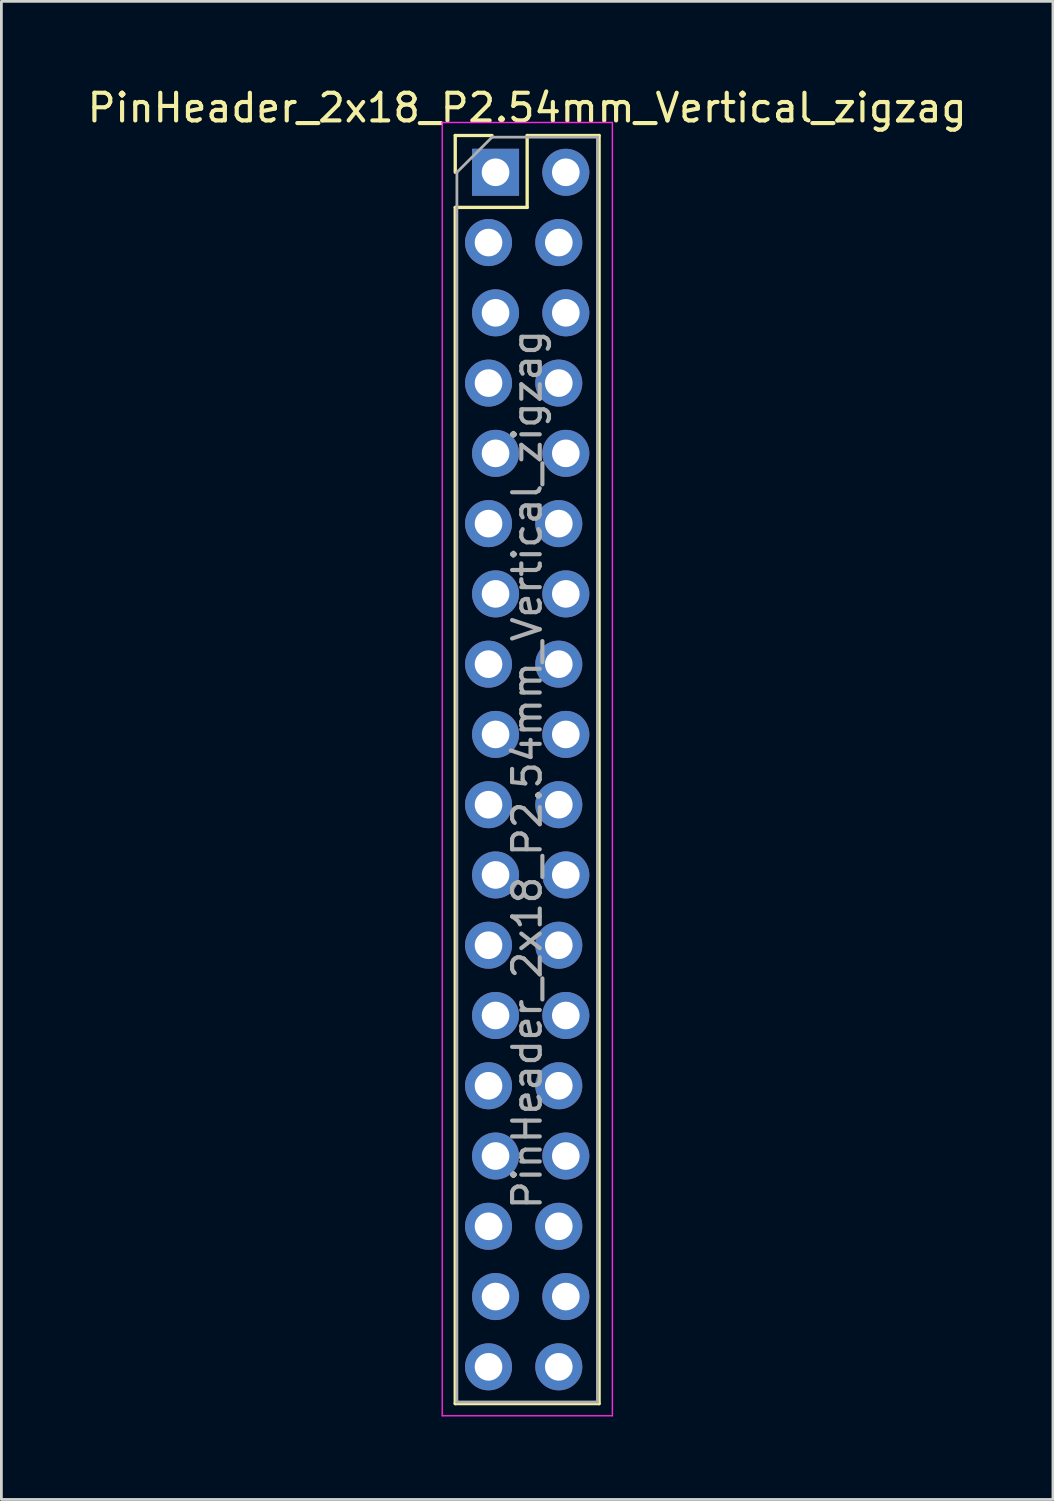
<source format=kicad_pcb>
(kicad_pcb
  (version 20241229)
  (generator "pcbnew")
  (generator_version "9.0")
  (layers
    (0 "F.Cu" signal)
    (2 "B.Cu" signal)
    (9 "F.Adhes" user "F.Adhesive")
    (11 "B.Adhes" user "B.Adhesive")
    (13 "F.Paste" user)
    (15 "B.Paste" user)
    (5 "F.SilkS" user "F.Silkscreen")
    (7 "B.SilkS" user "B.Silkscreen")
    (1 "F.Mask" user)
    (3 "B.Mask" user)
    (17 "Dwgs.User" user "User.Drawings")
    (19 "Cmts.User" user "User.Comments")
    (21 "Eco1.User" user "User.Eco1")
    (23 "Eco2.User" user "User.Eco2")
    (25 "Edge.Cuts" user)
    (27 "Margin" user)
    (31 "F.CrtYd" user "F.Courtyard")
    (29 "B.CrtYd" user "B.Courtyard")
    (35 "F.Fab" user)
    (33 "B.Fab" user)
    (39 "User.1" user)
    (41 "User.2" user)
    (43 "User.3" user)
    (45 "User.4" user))
  (footprint "PinHeader_2x18_P2.54mm_Vertical_zigzag"
    (layer "F.Cu")
    (at 14.736 3.178)
    (property "Reference" "PinHeader_2x18_P2.54mm_Vertical_zigzag" (at 1.27 -2.33 0) (layer "F.SilkS") (effects (font (size 1 1) (thickness 0.15))))
    (attr through_hole)
    (fp_line (start -1.33 -1.33) (end 0 -1.33) (stroke (width 0.12) (type solid)) (layer "F.SilkS"))
    (fp_line (start -1.33 0) (end -1.33 -1.33) (stroke (width 0.12) (type solid)) (layer "F.SilkS"))
    (fp_line (start -1.33 1.27) (end -1.33 44.51) (stroke (width 0.12) (type solid)) (layer "F.SilkS"))
    (fp_line (start -1.33 1.27) (end 1.27 1.27) (stroke (width 0.12) (type solid)) (layer "F.SilkS"))
    (fp_line (start -1.33 44.51) (end 3.87 44.51) (stroke (width 0.12) (type solid)) (layer "F.SilkS"))
    (fp_line (start 1.27 -1.33) (end 3.87 -1.33) (stroke (width 0.12) (type solid)) (layer "F.SilkS"))
    (fp_line (start 1.27 1.27) (end 1.27 -1.33) (stroke (width 0.12) (type solid)) (layer "F.SilkS"))
    (fp_line (start 3.87 -1.33) (end 3.87 44.51) (stroke (width 0.12) (type solid)) (layer "F.SilkS"))
    (fp_line (start -1.8 -1.8) (end -1.8 44.95) (stroke (width 0.05) (type solid)) (layer "F.CrtYd"))
    (fp_line (start -1.8 44.95) (end 4.35 44.95) (stroke (width 0.05) (type solid)) (layer "F.CrtYd"))
    (fp_line (start 4.35 -1.8) (end -1.8 -1.8) (stroke (width 0.05) (type solid)) (layer "F.CrtYd"))
    (fp_line (start 4.35 44.95) (end 4.35 -1.8) (stroke (width 0.05) (type solid)) (layer "F.CrtYd"))
    (fp_line (start -1.27 0) (end 0 -1.27) (stroke (width 0.1) (type solid)) (layer "F.Fab"))
    (fp_line (start -1.27 44.45) (end -1.27 0) (stroke (width 0.1) (type solid)) (layer "F.Fab"))
    (fp_line (start 0 -1.27) (end 3.81 -1.27) (stroke (width 0.1) (type solid)) (layer "F.Fab"))
    (fp_line (start 3.81 -1.27) (end 3.81 44.45) (stroke (width 0.1) (type solid)) (layer "F.Fab"))
    (fp_line (start 3.81 44.45) (end -1.27 44.45) (stroke (width 0.1) (type solid)) (layer "F.Fab"))
    (fp_text user "${REFERENCE}" (at 1.27 21.59 90) (layer "F.Fab") (effects (font (size 1 1) (thickness 0.15))))
    (pad "1" thru_hole rect (at 0.127 0) (size 1.7 1.7) (drill 1) (layers "*.Cu" "*.Mask"))
    (pad "2" thru_hole oval (at 2.667 0) (size 1.7 1.7) (drill 1) (layers "*.Cu" "*.Mask"))
    (pad "3" thru_hole oval (at -0.127 2.54) (size 1.7 1.7) (drill 1) (layers "*.Cu" "*.Mask"))
    (pad "4" thru_hole oval (at 2.413 2.54) (size 1.7 1.7) (drill 1) (layers "*.Cu" "*.Mask"))
    (pad "5" thru_hole oval (at 0.127 5.08) (size 1.7 1.7) (drill 1) (layers "*.Cu" "*.Mask"))
    (pad "6" thru_hole oval (at 2.667 5.08) (size 1.7 1.7) (drill 1) (layers "*.Cu" "*.Mask"))
    (pad "7" thru_hole oval (at -0.127 7.62) (size 1.7 1.7) (drill 1) (layers "*.Cu" "*.Mask"))
    (pad "8" thru_hole oval (at 2.413 7.62) (size 1.7 1.7) (drill 1) (layers "*.Cu" "*.Mask"))
    (pad "9" thru_hole oval (at 0.127 10.16) (size 1.7 1.7) (drill 1) (layers "*.Cu" "*.Mask"))
    (pad "10" thru_hole oval (at 2.667 10.16) (size 1.7 1.7) (drill 1) (layers "*.Cu" "*.Mask"))
    (pad "11" thru_hole oval (at -0.127 12.7) (size 1.7 1.7) (drill 1) (layers "*.Cu" "*.Mask"))
    (pad "12" thru_hole oval (at 2.413 12.7) (size 1.7 1.7) (drill 1) (layers "*.Cu" "*.Mask"))
    (pad "13" thru_hole oval (at 0.127 15.24) (size 1.7 1.7) (drill 1) (layers "*.Cu" "*.Mask"))
    (pad "14" thru_hole oval (at 2.667 15.24) (size 1.7 1.7) (drill 1) (layers "*.Cu" "*.Mask"))
    (pad "15" thru_hole oval (at -0.127 17.78) (size 1.7 1.7) (drill 1) (layers "*.Cu" "*.Mask"))
    (pad "16" thru_hole oval (at 2.413 17.78) (size 1.7 1.7) (drill 1) (layers "*.Cu" "*.Mask"))
    (pad "17" thru_hole oval (at 0.127 20.32) (size 1.7 1.7) (drill 1) (layers "*.Cu" "*.Mask"))
    (pad "18" thru_hole oval (at 2.667 20.32) (size 1.7 1.7) (drill 1) (layers "*.Cu" "*.Mask"))
    (pad "19" thru_hole oval (at -0.127 22.86) (size 1.7 1.7) (drill 1) (layers "*.Cu" "*.Mask"))
    (pad "20" thru_hole oval (at 2.413 22.86) (size 1.7 1.7) (drill 1) (layers "*.Cu" "*.Mask"))
    (pad "21" thru_hole oval (at 0.127 25.4) (size 1.7 1.7) (drill 1) (layers "*.Cu" "*.Mask"))
    (pad "22" thru_hole oval (at 2.667 25.4) (size 1.7 1.7) (drill 1) (layers "*.Cu" "*.Mask"))
    (pad "23" thru_hole oval (at -0.127 27.94) (size 1.7 1.7) (drill 1) (layers "*.Cu" "*.Mask"))
    (pad "24" thru_hole oval (at 2.413 27.94) (size 1.7 1.7) (drill 1) (layers "*.Cu" "*.Mask"))
    (pad "25" thru_hole oval (at 0.127 30.48) (size 1.7 1.7) (drill 1) (layers "*.Cu" "*.Mask"))
    (pad "26" thru_hole oval (at 2.667 30.48) (size 1.7 1.7) (drill 1) (layers "*.Cu" "*.Mask"))
    (pad "27" thru_hole oval (at -0.127 33.02) (size 1.7 1.7) (drill 1) (layers "*.Cu" "*.Mask"))
    (pad "28" thru_hole oval (at 2.413 33.02) (size 1.7 1.7) (drill 1) (layers "*.Cu" "*.Mask"))
    (pad "29" thru_hole oval (at 0.127 35.56) (size 1.7 1.7) (drill 1) (layers "*.Cu" "*.Mask"))
    (pad "30" thru_hole oval (at 2.667 35.56) (size 1.7 1.7) (drill 1) (layers "*.Cu" "*.Mask"))
    (pad "31" thru_hole oval (at -0.127 38.1) (size 1.7 1.7) (drill 1) (layers "*.Cu" "*.Mask"))
    (pad "32" thru_hole oval (at 2.413 38.1) (size 1.7 1.7) (drill 1) (layers "*.Cu" "*.Mask"))
    (pad "33" thru_hole oval (at 0.127 40.64) (size 1.7 1.7) (drill 1) (layers "*.Cu" "*.Mask"))
    (pad "34" thru_hole oval (at 2.667 40.64) (size 1.7 1.7) (drill 1) (layers "*.Cu" "*.Mask"))
    (pad "35" thru_hole oval (at -0.127 43.18) (size 1.7 1.7) (drill 1) (layers "*.Cu" "*.Mask"))
    (pad "36" thru_hole oval (at 2.413 43.18) (size 1.7 1.7) (drill 1) (layers "*.Cu" "*.Mask")))
  (gr_rect
    (start -3 -3)
    (end 35.012 51.153)
    (stroke (width 0.1) (type default))
    (fill no)
    (layer "Edge.Cuts")))
</source>
